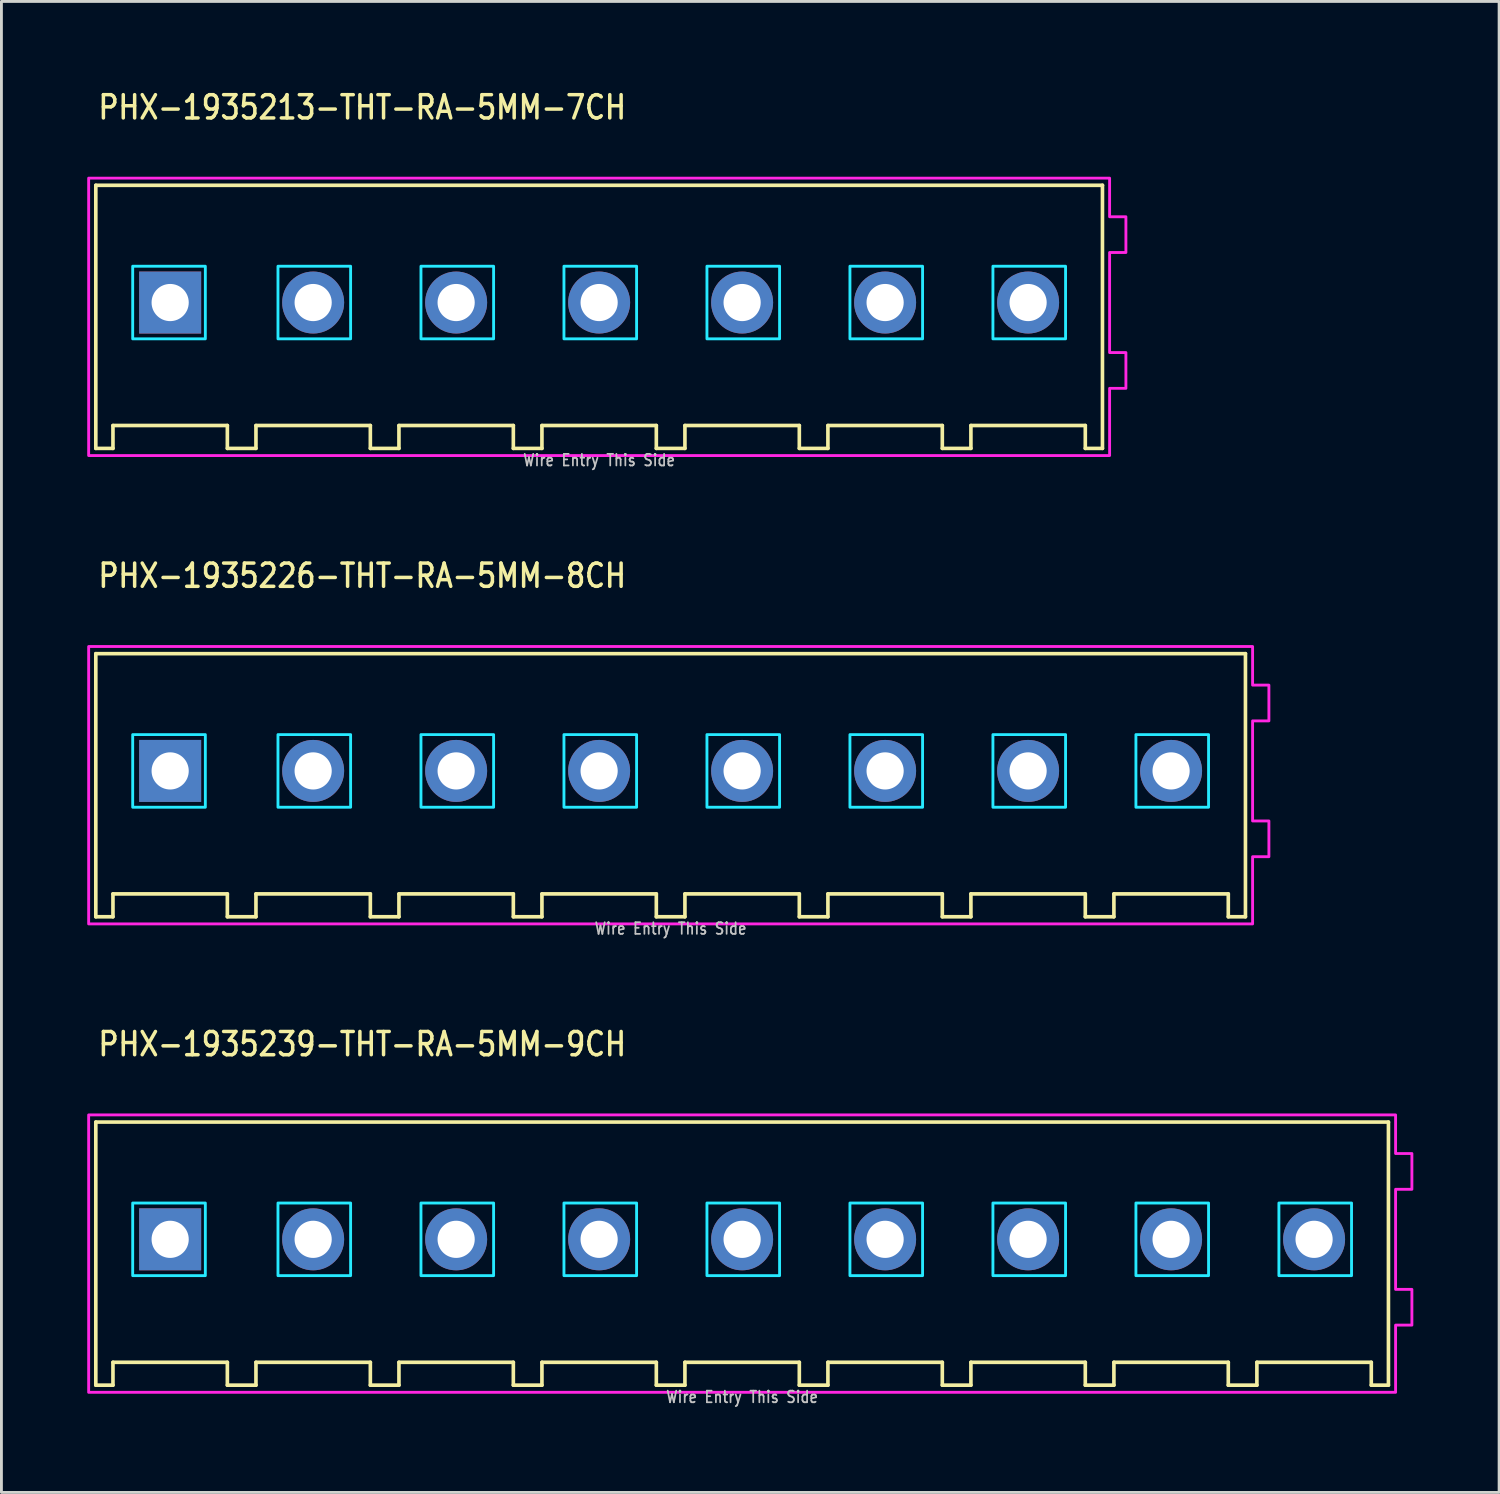
<source format=kicad_pcb>
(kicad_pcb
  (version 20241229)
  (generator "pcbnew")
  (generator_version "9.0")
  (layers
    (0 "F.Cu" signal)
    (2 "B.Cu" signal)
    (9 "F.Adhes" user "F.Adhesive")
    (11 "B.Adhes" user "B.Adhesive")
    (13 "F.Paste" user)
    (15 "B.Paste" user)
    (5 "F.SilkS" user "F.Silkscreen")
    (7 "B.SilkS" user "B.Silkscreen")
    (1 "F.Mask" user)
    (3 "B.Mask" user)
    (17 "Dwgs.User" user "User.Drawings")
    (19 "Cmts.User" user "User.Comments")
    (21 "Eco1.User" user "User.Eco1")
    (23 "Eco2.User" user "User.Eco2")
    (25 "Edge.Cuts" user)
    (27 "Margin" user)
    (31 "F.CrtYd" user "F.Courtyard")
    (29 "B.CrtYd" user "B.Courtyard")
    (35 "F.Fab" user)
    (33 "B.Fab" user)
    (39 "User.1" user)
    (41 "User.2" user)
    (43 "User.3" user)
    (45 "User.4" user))
  (footprint "PHX-1935239-THT-RA-5MM-9CH"
    (layer "F.Cu")
    (at 22.9 40.286)
    (property "Reference" "PHX-1935239-THT-RA-5MM-9CH" (at -22.58 -6.35 0) (unlocked yes) (layer "F.SilkS") (effects (font (size 0.813 0.695) (thickness 0.122)) (justify left bottom)))
    (fp_line (start -22.6 -4.1) (end -22.6 5.1) (stroke (width 0.127) (type solid)) (layer "F.SilkS"))
    (fp_line (start -22.6 5.1) (end -22 5.1) (stroke (width 0.127) (type solid)) (layer "F.SilkS"))
    (fp_line (start -22 4.3) (end -18 4.3) (stroke (width 0.127) (type solid)) (layer "F.SilkS"))
    (fp_line (start -22 5.1) (end -22 4.3) (stroke (width 0.127) (type solid)) (layer "F.SilkS"))
    (fp_line (start -18 4.3) (end -18 5.1) (stroke (width 0.127) (type solid)) (layer "F.SilkS"))
    (fp_line (start -18 5.1) (end -17 5.1) (stroke (width 0.127) (type solid)) (layer "F.SilkS"))
    (fp_line (start -17 4.3) (end -13 4.3) (stroke (width 0.127) (type solid)) (layer "F.SilkS"))
    (fp_line (start -17 5.1) (end -17 4.3) (stroke (width 0.127) (type solid)) (layer "F.SilkS"))
    (fp_line (start -13 4.3) (end -13 5.1) (stroke (width 0.127) (type solid)) (layer "F.SilkS"))
    (fp_line (start -13 5.1) (end -12 5.1) (stroke (width 0.127) (type solid)) (layer "F.SilkS"))
    (fp_line (start -12 4.3) (end -8 4.3) (stroke (width 0.127) (type solid)) (layer "F.SilkS"))
    (fp_line (start -12 5.1) (end -12 4.3) (stroke (width 0.127) (type solid)) (layer "F.SilkS"))
    (fp_line (start -8 4.3) (end -8 5.1) (stroke (width 0.127) (type solid)) (layer "F.SilkS"))
    (fp_line (start -8 5.1) (end -7 5.1) (stroke (width 0.127) (type solid)) (layer "F.SilkS"))
    (fp_line (start -7 4.3) (end -3 4.3) (stroke (width 0.127) (type solid)) (layer "F.SilkS"))
    (fp_line (start -7 5.1) (end -7 4.3) (stroke (width 0.127) (type solid)) (layer "F.SilkS"))
    (fp_line (start -3 4.3) (end -3 5.1) (stroke (width 0.127) (type solid)) (layer "F.SilkS"))
    (fp_line (start -3 5.1) (end -2 5.1) (stroke (width 0.127) (type solid)) (layer "F.SilkS"))
    (fp_line (start -2 4.3) (end 2 4.3) (stroke (width 0.127) (type solid)) (layer "F.SilkS"))
    (fp_line (start -2 5.1) (end -2 4.3) (stroke (width 0.127) (type solid)) (layer "F.SilkS"))
    (fp_line (start 2 4.3) (end 2 5.1) (stroke (width 0.127) (type solid)) (layer "F.SilkS"))
    (fp_line (start 2 5.1) (end 3 5.1) (stroke (width 0.127) (type solid)) (layer "F.SilkS"))
    (fp_line (start 3 4.3) (end 7 4.3) (stroke (width 0.127) (type solid)) (layer "F.SilkS"))
    (fp_line (start 3 5.1) (end 3 4.3) (stroke (width 0.127) (type solid)) (layer "F.SilkS"))
    (fp_line (start 7 4.3) (end 7 5.1) (stroke (width 0.127) (type solid)) (layer "F.SilkS"))
    (fp_line (start 7 5.1) (end 8 5.1) (stroke (width 0.127) (type solid)) (layer "F.SilkS"))
    (fp_line (start 8 4.3) (end 12 4.3) (stroke (width 0.127) (type solid)) (layer "F.SilkS"))
    (fp_line (start 8 5.1) (end 8 4.3) (stroke (width 0.127) (type solid)) (layer "F.SilkS"))
    (fp_line (start 12 4.3) (end 12 5.1) (stroke (width 0.127) (type solid)) (layer "F.SilkS"))
    (fp_line (start 12 5.1) (end 13 5.1) (stroke (width 0.127) (type solid)) (layer "F.SilkS"))
    (fp_line (start 13 4.3) (end 17 4.3) (stroke (width 0.127) (type solid)) (layer "F.SilkS"))
    (fp_line (start 13 5.1) (end 13 4.3) (stroke (width 0.127) (type solid)) (layer "F.SilkS"))
    (fp_line (start 17 4.3) (end 17 5.1) (stroke (width 0.127) (type solid)) (layer "F.SilkS"))
    (fp_line (start 17 5.1) (end 18 5.1) (stroke (width 0.127) (type solid)) (layer "F.SilkS"))
    (fp_line (start 18 4.3) (end 22 4.3) (stroke (width 0.127) (type solid)) (layer "F.SilkS"))
    (fp_line (start 18 5.1) (end 18 4.3) (stroke (width 0.127) (type solid)) (layer "F.SilkS"))
    (fp_line (start 22 4.3) (end 22 5.1) (stroke (width 0.127) (type solid)) (layer "F.SilkS"))
    (fp_line (start 22 5.1) (end 22.6 5.1) (stroke (width 0.127) (type solid)) (layer "F.SilkS"))
    (fp_line (start 22.6 -4.1) (end -22.6 -4.1) (stroke (width 0.127) (type solid)) (layer "F.SilkS"))
    (fp_line (start 22.6 5.1) (end 22.6 -4.1) (stroke (width 0.127) (type solid)) (layer "F.SilkS"))
    (fp_poly (pts (xy -21.31 -1.27) (xy -18.77 -1.27) (xy -18.77 1.27) (xy -21.31 1.27)) (stroke (width 0.1) (type solid)) (fill no) (layer "B.CrtYd"))
    (fp_poly (pts (xy -16.23 -1.27) (xy -13.69 -1.27) (xy -13.69 1.27) (xy -16.23 1.27)) (stroke (width 0.1) (type solid)) (fill no) (layer "B.CrtYd"))
    (fp_poly (pts (xy -11.23 -1.27) (xy -8.69 -1.27) (xy -8.69 1.27) (xy -11.23 1.27)) (stroke (width 0.1) (type solid)) (fill no) (layer "B.CrtYd"))
    (fp_poly (pts (xy -6.23 -1.27) (xy -3.69 -1.27) (xy -3.69 1.27) (xy -6.23 1.27)) (stroke (width 0.1) (type solid)) (fill no) (layer "B.CrtYd"))
    (fp_poly (pts (xy -1.23 -1.27) (xy 1.31 -1.27) (xy 1.31 1.27) (xy -1.23 1.27)) (stroke (width 0.1) (type solid)) (fill no) (layer "B.CrtYd"))
    (fp_poly (pts (xy 3.77 -1.27) (xy 6.31 -1.27) (xy 6.31 1.27) (xy 3.77 1.27)) (stroke (width 0.1) (type solid)) (fill no) (layer "B.CrtYd"))
    (fp_poly (pts (xy 8.77 -1.27) (xy 11.31 -1.27) (xy 11.31 1.27) (xy 8.77 1.27)) (stroke (width 0.1) (type solid)) (fill no) (layer "B.CrtYd"))
    (fp_poly (pts (xy 13.77 -1.27) (xy 16.31 -1.27) (xy 16.31 1.27) (xy 13.77 1.27)) (stroke (width 0.1) (type solid)) (fill no) (layer "B.CrtYd"))
    (fp_poly (pts (xy 18.77 -1.27) (xy 21.31 -1.27) (xy 21.31 1.27) (xy 18.77 1.27)) (stroke (width 0.1) (type solid)) (fill no) (layer "B.CrtYd"))
    (fp_poly (pts (xy -22.85 -4.35) (xy -22.85 5.35) (xy 22.85 5.35) (xy 22.85 3) (xy 23.42 3) (xy 23.42 1.75) (xy 22.85 1.75) (xy 22.85 -1.75) (xy 23.42 -1.75) (xy 23.42 -3) (xy 22.85 -3) (xy 22.85 -4.35)) (stroke (width 0.1) (type solid)) (fill no) (layer "F.CrtYd"))
    (fp_text user "Wire Entry This Side" (at 0 5.75 0) (unlocked yes) (layer "Dwgs.User") (effects (font (size 0.406 0.347) (thickness 0.061)) (justify bottom)))
    (pad "1" thru_hole rect (at -20 0) (size 2.167 2.167) (drill 1.3) (layers "*.Cu" "*.Mask"))
    (pad "2" thru_hole oval (at -15 0) (size 2.167 2.167) (drill 1.3) (layers "*.Cu" "*.Mask"))
    (pad "3" thru_hole oval (at -10 0) (size 2.167 2.167) (drill 1.3) (layers "*.Cu" "*.Mask"))
    (pad "4" thru_hole oval (at -5 0) (size 2.167 2.167) (drill 1.3) (layers "*.Cu" "*.Mask"))
    (pad "5" thru_hole oval (at 0 0) (size 2.167 2.167) (drill 1.3) (layers "*.Cu" "*.Mask"))
    (pad "6" thru_hole oval (at 5 0) (size 2.167 2.167) (drill 1.3) (layers "*.Cu" "*.Mask"))
    (pad "7" thru_hole oval (at 10 0) (size 2.167 2.167) (drill 1.3) (layers "*.Cu" "*.Mask"))
    (pad "8" thru_hole oval (at 15 0) (size 2.167 2.167) (drill 1.3) (layers "*.Cu" "*.Mask"))
    (pad "9" thru_hole oval (at 20 0) (size 2.167 2.167) (drill 1.3) (layers "*.Cu" "*.Mask")))
  (footprint "PHX-1935226-THT-RA-5MM-8CH"
    (layer "F.Cu")
    (at 20.4 23.907)
    (property "Reference" "PHX-1935226-THT-RA-5MM-8CH" (at -20.08 -6.35 0) (unlocked yes) (layer "F.SilkS") (effects (font (size 0.813 0.695) (thickness 0.122)) (justify left bottom)))
    (fp_line (start -20.1 -4.1) (end -20.1 5.1) (stroke (width 0.127) (type solid)) (layer "F.SilkS"))
    (fp_line (start -20.1 5.1) (end -19.5 5.1) (stroke (width 0.127) (type solid)) (layer "F.SilkS"))
    (fp_line (start -19.5 4.3) (end -15.5 4.3) (stroke (width 0.127) (type solid)) (layer "F.SilkS"))
    (fp_line (start -19.5 5.1) (end -19.5 4.3) (stroke (width 0.127) (type solid)) (layer "F.SilkS"))
    (fp_line (start -15.5 4.3) (end -15.5 5.1) (stroke (width 0.127) (type solid)) (layer "F.SilkS"))
    (fp_line (start -15.5 5.1) (end -14.5 5.1) (stroke (width 0.127) (type solid)) (layer "F.SilkS"))
    (fp_line (start -14.5 4.3) (end -10.5 4.3) (stroke (width 0.127) (type solid)) (layer "F.SilkS"))
    (fp_line (start -14.5 5.1) (end -14.5 4.3) (stroke (width 0.127) (type solid)) (layer "F.SilkS"))
    (fp_line (start -10.5 4.3) (end -10.5 5.1) (stroke (width 0.127) (type solid)) (layer "F.SilkS"))
    (fp_line (start -10.5 5.1) (end -9.5 5.1) (stroke (width 0.127) (type solid)) (layer "F.SilkS"))
    (fp_line (start -9.5 4.3) (end -5.5 4.3) (stroke (width 0.127) (type solid)) (layer "F.SilkS"))
    (fp_line (start -9.5 5.1) (end -9.5 4.3) (stroke (width 0.127) (type solid)) (layer "F.SilkS"))
    (fp_line (start -5.5 4.3) (end -5.5 5.1) (stroke (width 0.127) (type solid)) (layer "F.SilkS"))
    (fp_line (start -5.5 5.1) (end -4.5 5.1) (stroke (width 0.127) (type solid)) (layer "F.SilkS"))
    (fp_line (start -4.5 4.3) (end -0.5 4.3) (stroke (width 0.127) (type solid)) (layer "F.SilkS"))
    (fp_line (start -4.5 5.1) (end -4.5 4.3) (stroke (width 0.127) (type solid)) (layer "F.SilkS"))
    (fp_line (start -0.5 4.3) (end -0.5 5.1) (stroke (width 0.127) (type solid)) (layer "F.SilkS"))
    (fp_line (start -0.5 5.1) (end 0.5 5.1) (stroke (width 0.127) (type solid)) (layer "F.SilkS"))
    (fp_line (start 0.5 4.3) (end 4.5 4.3) (stroke (width 0.127) (type solid)) (layer "F.SilkS"))
    (fp_line (start 0.5 5.1) (end 0.5 4.3) (stroke (width 0.127) (type solid)) (layer "F.SilkS"))
    (fp_line (start 4.5 4.3) (end 4.5 5.1) (stroke (width 0.127) (type solid)) (layer "F.SilkS"))
    (fp_line (start 4.5 5.1) (end 5.5 5.1) (stroke (width 0.127) (type solid)) (layer "F.SilkS"))
    (fp_line (start 5.5 4.3) (end 9.5 4.3) (stroke (width 0.127) (type solid)) (layer "F.SilkS"))
    (fp_line (start 5.5 5.1) (end 5.5 4.3) (stroke (width 0.127) (type solid)) (layer "F.SilkS"))
    (fp_line (start 9.5 4.3) (end 9.5 5.1) (stroke (width 0.127) (type solid)) (layer "F.SilkS"))
    (fp_line (start 9.5 5.1) (end 10.5 5.1) (stroke (width 0.127) (type solid)) (layer "F.SilkS"))
    (fp_line (start 10.5 4.3) (end 14.5 4.3) (stroke (width 0.127) (type solid)) (layer "F.SilkS"))
    (fp_line (start 10.5 5.1) (end 10.5 4.3) (stroke (width 0.127) (type solid)) (layer "F.SilkS"))
    (fp_line (start 14.5 4.3) (end 14.5 5.1) (stroke (width 0.127) (type solid)) (layer "F.SilkS"))
    (fp_line (start 14.5 5.1) (end 15.5 5.1) (stroke (width 0.127) (type solid)) (layer "F.SilkS"))
    (fp_line (start 15.5 4.3) (end 19.5 4.3) (stroke (width 0.127) (type solid)) (layer "F.SilkS"))
    (fp_line (start 15.5 5.1) (end 15.5 4.3) (stroke (width 0.127) (type solid)) (layer "F.SilkS"))
    (fp_line (start 19.5 4.3) (end 19.5 5.1) (stroke (width 0.127) (type solid)) (layer "F.SilkS"))
    (fp_line (start 19.5 5.1) (end 20.1 5.1) (stroke (width 0.127) (type solid)) (layer "F.SilkS"))
    (fp_line (start 20.1 -4.1) (end -20.1 -4.1) (stroke (width 0.127) (type solid)) (layer "F.SilkS"))
    (fp_line (start 20.1 5.1) (end 20.1 -4.1) (stroke (width 0.127) (type solid)) (layer "F.SilkS"))
    (fp_poly (pts (xy -18.81 -1.27) (xy -16.27 -1.27) (xy -16.27 1.27) (xy -18.81 1.27)) (stroke (width 0.1) (type solid)) (fill no) (layer "B.CrtYd"))
    (fp_poly (pts (xy -13.73 -1.27) (xy -11.19 -1.27) (xy -11.19 1.27) (xy -13.73 1.27)) (stroke (width 0.1) (type solid)) (fill no) (layer "B.CrtYd"))
    (fp_poly (pts (xy -8.73 -1.27) (xy -6.19 -1.27) (xy -6.19 1.27) (xy -8.73 1.27)) (stroke (width 0.1) (type solid)) (fill no) (layer "B.CrtYd"))
    (fp_poly (pts (xy -3.73 -1.27) (xy -1.19 -1.27) (xy -1.19 1.27) (xy -3.73 1.27)) (stroke (width 0.1) (type solid)) (fill no) (layer "B.CrtYd"))
    (fp_poly (pts (xy 1.27 -1.27) (xy 3.81 -1.27) (xy 3.81 1.27) (xy 1.27 1.27)) (stroke (width 0.1) (type solid)) (fill no) (layer "B.CrtYd"))
    (fp_poly (pts (xy 6.27 -1.27) (xy 8.81 -1.27) (xy 8.81 1.27) (xy 6.27 1.27)) (stroke (width 0.1) (type solid)) (fill no) (layer "B.CrtYd"))
    (fp_poly (pts (xy 11.27 -1.27) (xy 13.81 -1.27) (xy 13.81 1.27) (xy 11.27 1.27)) (stroke (width 0.1) (type solid)) (fill no) (layer "B.CrtYd"))
    (fp_poly (pts (xy 16.27 -1.27) (xy 18.81 -1.27) (xy 18.81 1.27) (xy 16.27 1.27)) (stroke (width 0.1) (type solid)) (fill no) (layer "B.CrtYd"))
    (fp_poly (pts (xy -20.35 -4.35) (xy -20.35 5.35) (xy 20.35 5.35) (xy 20.35 3) (xy 20.92 3) (xy 20.92 1.75) (xy 20.35 1.75) (xy 20.35 -1.75) (xy 20.92 -1.75) (xy 20.92 -3) (xy 20.35 -3) (xy 20.35 -4.35)) (stroke (width 0.1) (type solid)) (fill no) (layer "F.CrtYd"))
    (fp_text user "Wire Entry This Side" (at 0 5.75 0) (unlocked yes) (layer "Dwgs.User") (effects (font (size 0.406 0.347) (thickness 0.061)) (justify bottom)))
    (pad "1" thru_hole rect (at -17.5 0) (size 2.167 2.167) (drill 1.3) (layers "*.Cu" "*.Mask"))
    (pad "2" thru_hole oval (at -12.5 0) (size 2.167 2.167) (drill 1.3) (layers "*.Cu" "*.Mask"))
    (pad "3" thru_hole oval (at -7.5 0) (size 2.167 2.167) (drill 1.3) (layers "*.Cu" "*.Mask"))
    (pad "4" thru_hole oval (at -2.5 0) (size 2.167 2.167) (drill 1.3) (layers "*.Cu" "*.Mask"))
    (pad "5" thru_hole oval (at 2.5 0) (size 2.167 2.167) (drill 1.3) (layers "*.Cu" "*.Mask"))
    (pad "6" thru_hole oval (at 7.5 0) (size 2.167 2.167) (drill 1.3) (layers "*.Cu" "*.Mask"))
    (pad "7" thru_hole oval (at 12.5 0) (size 2.167 2.167) (drill 1.3) (layers "*.Cu" "*.Mask"))
    (pad "8" thru_hole oval (at 17.5 0) (size 2.167 2.167) (drill 1.3) (layers "*.Cu" "*.Mask")))
  (footprint "PHX-1935213-THT-RA-5MM-7CH"
    (layer "F.Cu")
    (at 17.9 7.529)
    (property "Reference" "PHX-1935213-THT-RA-5MM-7CH" (at -17.58 -6.35 0) (unlocked yes) (layer "F.SilkS") (effects (font (size 0.813 0.695) (thickness 0.122)) (justify left bottom)))
    (fp_line (start -17.6 -4.1) (end -17.6 5.1) (stroke (width 0.127) (type solid)) (layer "F.SilkS"))
    (fp_line (start -17.6 5.1) (end -17 5.1) (stroke (width 0.127) (type solid)) (layer "F.SilkS"))
    (fp_line (start -17 4.3) (end -13 4.3) (stroke (width 0.127) (type solid)) (layer "F.SilkS"))
    (fp_line (start -17 5.1) (end -17 4.3) (stroke (width 0.127) (type solid)) (layer "F.SilkS"))
    (fp_line (start -13 4.3) (end -13 5.1) (stroke (width 0.127) (type solid)) (layer "F.SilkS"))
    (fp_line (start -13 5.1) (end -12 5.1) (stroke (width 0.127) (type solid)) (layer "F.SilkS"))
    (fp_line (start -12 4.3) (end -8 4.3) (stroke (width 0.127) (type solid)) (layer "F.SilkS"))
    (fp_line (start -12 5.1) (end -12 4.3) (stroke (width 0.127) (type solid)) (layer "F.SilkS"))
    (fp_line (start -8 4.3) (end -8 5.1) (stroke (width 0.127) (type solid)) (layer "F.SilkS"))
    (fp_line (start -8 5.1) (end -7 5.1) (stroke (width 0.127) (type solid)) (layer "F.SilkS"))
    (fp_line (start -7 4.3) (end -3 4.3) (stroke (width 0.127) (type solid)) (layer "F.SilkS"))
    (fp_line (start -7 5.1) (end -7 4.3) (stroke (width 0.127) (type solid)) (layer "F.SilkS"))
    (fp_line (start -3 4.3) (end -3 5.1) (stroke (width 0.127) (type solid)) (layer "F.SilkS"))
    (fp_line (start -3 5.1) (end -2 5.1) (stroke (width 0.127) (type solid)) (layer "F.SilkS"))
    (fp_line (start -2 4.3) (end 2 4.3) (stroke (width 0.127) (type solid)) (layer "F.SilkS"))
    (fp_line (start -2 5.1) (end -2 4.3) (stroke (width 0.127) (type solid)) (layer "F.SilkS"))
    (fp_line (start 2 4.3) (end 2 5.1) (stroke (width 0.127) (type solid)) (layer "F.SilkS"))
    (fp_line (start 2 5.1) (end 3 5.1) (stroke (width 0.127) (type solid)) (layer "F.SilkS"))
    (fp_line (start 3 4.3) (end 7 4.3) (stroke (width 0.127) (type solid)) (layer "F.SilkS"))
    (fp_line (start 3 5.1) (end 3 4.3) (stroke (width 0.127) (type solid)) (layer "F.SilkS"))
    (fp_line (start 7 4.3) (end 7 5.1) (stroke (width 0.127) (type solid)) (layer "F.SilkS"))
    (fp_line (start 7 5.1) (end 8 5.1) (stroke (width 0.127) (type solid)) (layer "F.SilkS"))
    (fp_line (start 8 4.3) (end 12 4.3) (stroke (width 0.127) (type solid)) (layer "F.SilkS"))
    (fp_line (start 8 5.1) (end 8 4.3) (stroke (width 0.127) (type solid)) (layer "F.SilkS"))
    (fp_line (start 12 4.3) (end 12 5.1) (stroke (width 0.127) (type solid)) (layer "F.SilkS"))
    (fp_line (start 12 5.1) (end 13 5.1) (stroke (width 0.127) (type solid)) (layer "F.SilkS"))
    (fp_line (start 13 4.3) (end 17 4.3) (stroke (width 0.127) (type solid)) (layer "F.SilkS"))
    (fp_line (start 13 5.1) (end 13 4.3) (stroke (width 0.127) (type solid)) (layer "F.SilkS"))
    (fp_line (start 17 4.3) (end 17 5.1) (stroke (width 0.127) (type solid)) (layer "F.SilkS"))
    (fp_line (start 17 5.1) (end 17.6 5.1) (stroke (width 0.127) (type solid)) (layer "F.SilkS"))
    (fp_line (start 17.6 -4.1) (end -17.6 -4.1) (stroke (width 0.127) (type solid)) (layer "F.SilkS"))
    (fp_line (start 17.6 5.1) (end 17.6 -4.1) (stroke (width 0.127) (type solid)) (layer "F.SilkS"))
    (fp_poly (pts (xy -16.31 -1.27) (xy -13.77 -1.27) (xy -13.77 1.27) (xy -16.31 1.27)) (stroke (width 0.1) (type solid)) (fill no) (layer "B.CrtYd"))
    (fp_poly (pts (xy -11.23 -1.27) (xy -8.69 -1.27) (xy -8.69 1.27) (xy -11.23 1.27)) (stroke (width 0.1) (type solid)) (fill no) (layer "B.CrtYd"))
    (fp_poly (pts (xy -6.23 -1.27) (xy -3.69 -1.27) (xy -3.69 1.27) (xy -6.23 1.27)) (stroke (width 0.1) (type solid)) (fill no) (layer "B.CrtYd"))
    (fp_poly (pts (xy -1.23 -1.27) (xy 1.31 -1.27) (xy 1.31 1.27) (xy -1.23 1.27)) (stroke (width 0.1) (type solid)) (fill no) (layer "B.CrtYd"))
    (fp_poly (pts (xy 3.77 -1.27) (xy 6.31 -1.27) (xy 6.31 1.27) (xy 3.77 1.27)) (stroke (width 0.1) (type solid)) (fill no) (layer "B.CrtYd"))
    (fp_poly (pts (xy 8.77 -1.27) (xy 11.31 -1.27) (xy 11.31 1.27) (xy 8.77 1.27)) (stroke (width 0.1) (type solid)) (fill no) (layer "B.CrtYd"))
    (fp_poly (pts (xy 13.77 -1.27) (xy 16.31 -1.27) (xy 16.31 1.27) (xy 13.77 1.27)) (stroke (width 0.1) (type solid)) (fill no) (layer "B.CrtYd"))
    (fp_poly (pts (xy -17.85 -4.35) (xy -17.85 5.35) (xy 17.85 5.35) (xy 17.85 3) (xy 18.42 3) (xy 18.42 1.75) (xy 17.85 1.75) (xy 17.85 -1.75) (xy 18.42 -1.75) (xy 18.42 -3) (xy 17.85 -3) (xy 17.85 -4.35)) (stroke (width 0.1) (type solid)) (fill no) (layer "F.CrtYd"))
    (fp_text user "Wire Entry This Side" (at 0 5.75 0) (unlocked yes) (layer "Dwgs.User") (effects (font (size 0.406 0.347) (thickness 0.061)) (justify bottom)))
    (pad "1" thru_hole rect (at -15 0) (size 2.167 2.167) (drill 1.3) (layers "*.Cu" "*.Mask"))
    (pad "2" thru_hole oval (at -10 0) (size 2.167 2.167) (drill 1.3) (layers "*.Cu" "*.Mask"))
    (pad "3" thru_hole oval (at -5 0) (size 2.167 2.167) (drill 1.3) (layers "*.Cu" "*.Mask"))
    (pad "4" thru_hole oval (at 0 0) (size 2.167 2.167) (drill 1.3) (layers "*.Cu" "*.Mask"))
    (pad "5" thru_hole oval (at 5 0) (size 2.167 2.167) (drill 1.3) (layers "*.Cu" "*.Mask"))
    (pad "6" thru_hole oval (at 10 0) (size 2.167 2.167) (drill 1.3) (layers "*.Cu" "*.Mask"))
    (pad "7" thru_hole oval (at 15 0) (size 2.167 2.167) (drill 1.3) (layers "*.Cu" "*.Mask")))
  (gr_rect
    (start -3 -3)
    (end 49.37 49.136)
    (stroke (width 0.1) (type default))
    (fill no)
    (layer "Edge.Cuts")))
</source>
